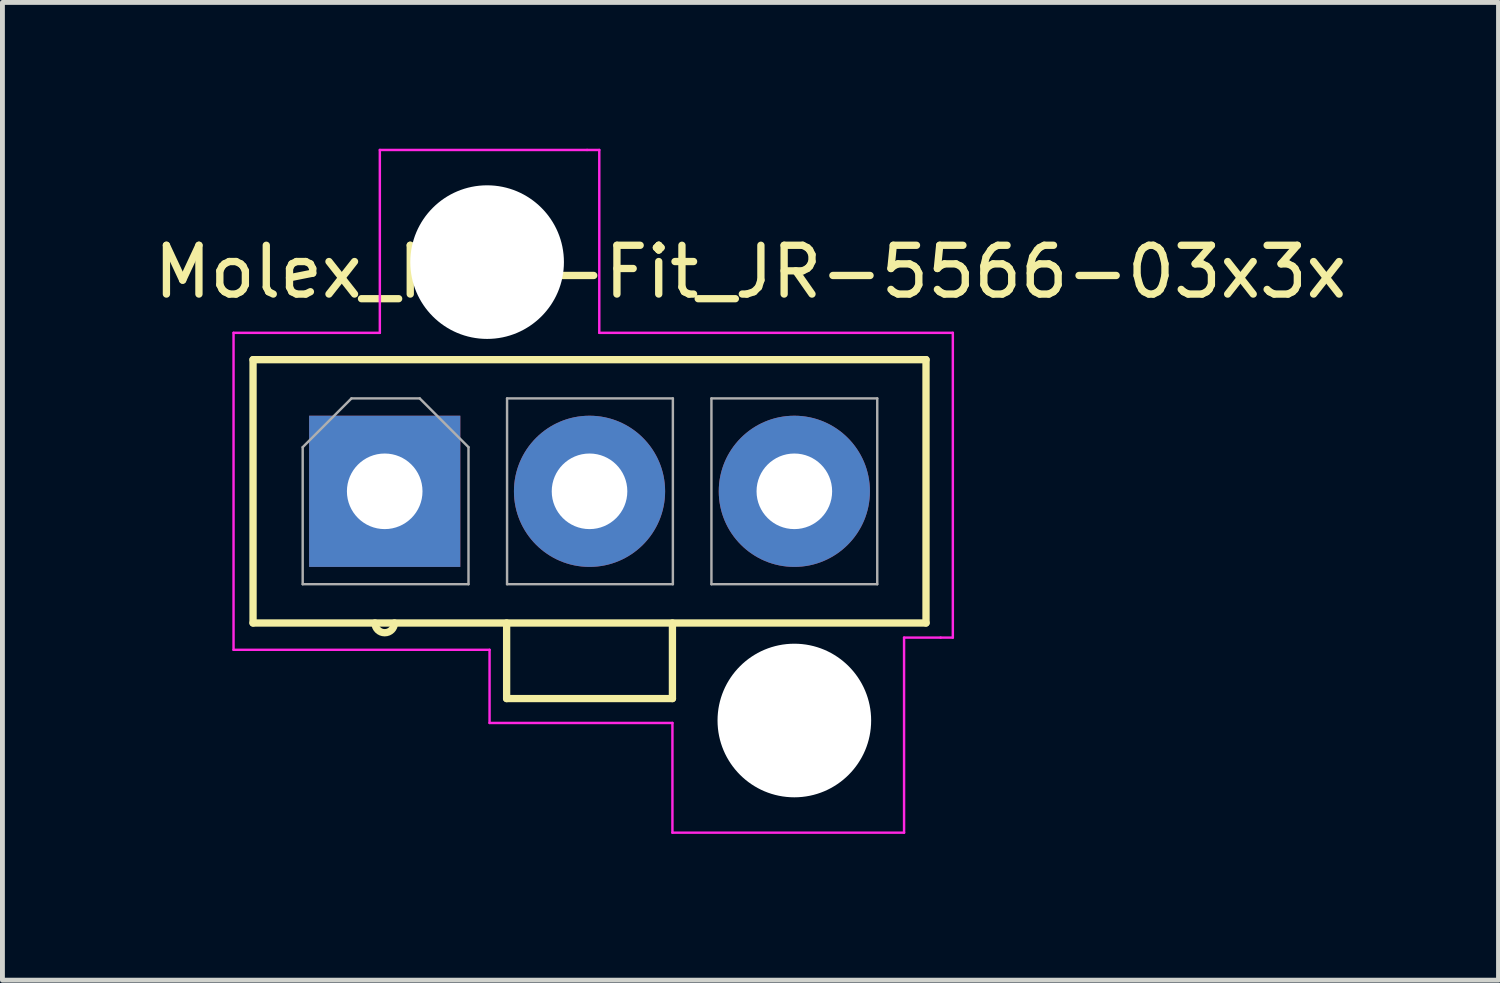
<source format=kicad_pcb>
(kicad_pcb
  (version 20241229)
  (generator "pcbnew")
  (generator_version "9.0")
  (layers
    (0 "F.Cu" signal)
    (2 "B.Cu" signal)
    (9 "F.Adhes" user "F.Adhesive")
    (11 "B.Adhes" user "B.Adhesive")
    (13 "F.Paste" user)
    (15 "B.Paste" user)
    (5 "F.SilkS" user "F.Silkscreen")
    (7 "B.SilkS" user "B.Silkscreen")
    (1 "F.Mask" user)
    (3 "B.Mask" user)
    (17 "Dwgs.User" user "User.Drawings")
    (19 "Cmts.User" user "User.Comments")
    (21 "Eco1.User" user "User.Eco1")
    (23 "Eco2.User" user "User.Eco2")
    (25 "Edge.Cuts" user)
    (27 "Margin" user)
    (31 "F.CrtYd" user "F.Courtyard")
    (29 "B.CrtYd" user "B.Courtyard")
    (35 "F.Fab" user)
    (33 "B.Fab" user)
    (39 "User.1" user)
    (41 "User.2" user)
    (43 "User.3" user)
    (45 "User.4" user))
  (footprint "Molex_Mini-Fit_JR-5566-03x3x"
    (layer "F.Cu")
    (at 4.839 7.025)
    (property "Reference" "Molex_Mini-Fit_JR-5566-03x3x" (at 7.5 -4.5 0) (layer "F.SilkS") (effects (font (size 1 1) (thickness 0.15))))
    (attr through_hole)
    (fp_line (start -2.7 -2.7) (end -2.7 2.7) (stroke (width 0.15) (type solid)) (layer "F.SilkS"))
    (fp_line (start 2.5 2.7) (end 2.5 4.25) (stroke (width 0.15) (type solid)) (layer "F.SilkS"))
    (fp_line (start 5.9 2.7) (end 5.9 4.25) (stroke (width 0.15) (type solid)) (layer "F.SilkS"))
    (fp_line (start 5.9 4.25) (end 2.5 4.25) (stroke (width 0.15) (type solid)) (layer "F.SilkS"))
    (fp_line (start 11.1 -2.7) (end -2.7 -2.7) (stroke (width 0.15) (type solid)) (layer "F.SilkS"))
    (fp_line (start 11.1 -2.7) (end 11.1 2.7) (stroke (width 0.15) (type solid)) (layer "F.SilkS"))
    (fp_line (start 11.1 2.7) (end -2.7 2.7) (stroke (width 0.15) (type solid)) (layer "F.SilkS"))
    (fp_arc (start 0.2 2.7) (mid 0 2.9) (end -0.2 2.7) (stroke (width 0.15) (type solid)) (layer "F.SilkS"))
    (fp_line (start -3.1 -3.25) (end -0.1 -3.25) (stroke (width 0.05) (type solid)) (layer "F.CrtYd"))
    (fp_line (start -3.1 3.25) (end -3.1 -3.25) (stroke (width 0.05) (type solid)) (layer "F.CrtYd"))
    (fp_line (start -0.1 -7) (end 4.15 -7) (stroke (width 0.05) (type solid)) (layer "F.CrtYd"))
    (fp_line (start -0.1 -3.25) (end -0.1 -7) (stroke (width 0.05) (type solid)) (layer "F.CrtYd"))
    (fp_line (start 2.15 3.25) (end -3.1 3.25) (stroke (width 0.05) (type solid)) (layer "F.CrtYd"))
    (fp_line (start 2.15 4.75) (end 2.15 3.25) (stroke (width 0.05) (type solid)) (layer "F.CrtYd"))
    (fp_line (start 4.15 -7) (end 4.4 -7) (stroke (width 0.05) (type solid)) (layer "F.CrtYd"))
    (fp_line (start 4.4 -7) (end 4.4 -3.25) (stroke (width 0.05) (type solid)) (layer "F.CrtYd"))
    (fp_line (start 4.4 -3.25) (end 11.65 -3.25) (stroke (width 0.05) (type solid)) (layer "F.CrtYd"))
    (fp_line (start 5.9 4.75) (end 2.15 4.75) (stroke (width 0.05) (type solid)) (layer "F.CrtYd"))
    (fp_line (start 5.9 7) (end 5.9 4.75) (stroke (width 0.05) (type solid)) (layer "F.CrtYd"))
    (fp_line (start 10.65 3) (end 10.65 7) (stroke (width 0.05) (type solid)) (layer "F.CrtYd"))
    (fp_line (start 10.65 7) (end 5.9 7) (stroke (width 0.05) (type solid)) (layer "F.CrtYd"))
    (fp_line (start 11.4 3) (end 10.65 3) (stroke (width 0.05) (type solid)) (layer "F.CrtYd"))
    (fp_line (start 11.65 -3.25) (end 11.65 3) (stroke (width 0.05) (type solid)) (layer "F.CrtYd"))
    (fp_line (start 11.65 3) (end 11.4 3) (stroke (width 0.05) (type solid)) (layer "F.CrtYd"))
    (fp_line (start -1.682 1.905) (end -1.682 -0.905) (stroke (width 0.05) (type solid)) (layer "F.Fab"))
    (fp_line (start -0.682 -1.905) (end -1.682 -0.905) (stroke (width 0.05) (type solid)) (layer "F.Fab"))
    (fp_line (start 0.718 -1.905) (end -0.682 -1.905) (stroke (width 0.05) (type solid)) (layer "F.Fab"))
    (fp_line (start 1.718 -0.905) (end 0.718 -1.905) (stroke (width 0.05) (type solid)) (layer "F.Fab"))
    (fp_line (start 1.718 1.905) (end -1.682 1.905) (stroke (width 0.05) (type solid)) (layer "F.Fab"))
    (fp_line (start 1.718 1.905) (end 1.718 -0.905) (stroke (width 0.05) (type solid)) (layer "F.Fab"))
    (fp_line (start 2.509 1.905) (end 2.509 -1.905) (stroke (width 0.05) (type solid)) (layer "F.Fab"))
    (fp_line (start 5.909 -1.905) (end 2.509 -1.905) (stroke (width 0.05) (type solid)) (layer "F.Fab"))
    (fp_line (start 5.909 1.905) (end 2.509 1.905) (stroke (width 0.05) (type solid)) (layer "F.Fab"))
    (fp_line (start 5.909 1.905) (end 5.909 -1.905) (stroke (width 0.05) (type solid)) (layer "F.Fab"))
    (fp_line (start 6.7 1.905) (end 6.7 -1.905) (stroke (width 0.05) (type solid)) (layer "F.Fab"))
    (fp_line (start 10.1 -1.905) (end 6.7 -1.905) (stroke (width 0.05) (type solid)) (layer "F.Fab"))
    (fp_line (start 10.1 1.905) (end 6.7 1.905) (stroke (width 0.05) (type solid)) (layer "F.Fab"))
    (fp_line (start 10.1 1.905) (end 10.1 -1.905) (stroke (width 0.05) (type solid)) (layer "F.Fab"))
    (pad "" np_thru_hole circle (at 2.1 -4.7 180) (size 3.15 3.15) (drill 3.15) (layers "*.Cu"))
    (pad "" np_thru_hole circle (at 8.4 4.7 180) (size 3.15 3.15) (drill 3.15) (layers "*.Cu"))
    (pad "1" thru_hole rect (at 0 0 180) (size 3.1 3.1) (drill 1.55) (layers "*.Cu" "*.Mask"))
    (pad "2" thru_hole circle (at 4.2 0 180) (size 3.1 3.1) (drill 1.55) (layers "*.Cu" "*.Mask"))
    (pad "3" thru_hole circle (at 8.4 0 180) (size 3.1 3.1) (drill 1.55) (layers "*.Cu" "*.Mask")))
  (gr_rect
    (start -3 -3)
    (end 27.679 17.05)
    (stroke (width 0.1) (type default))
    (fill no)
    (layer "Edge.Cuts")))
</source>
